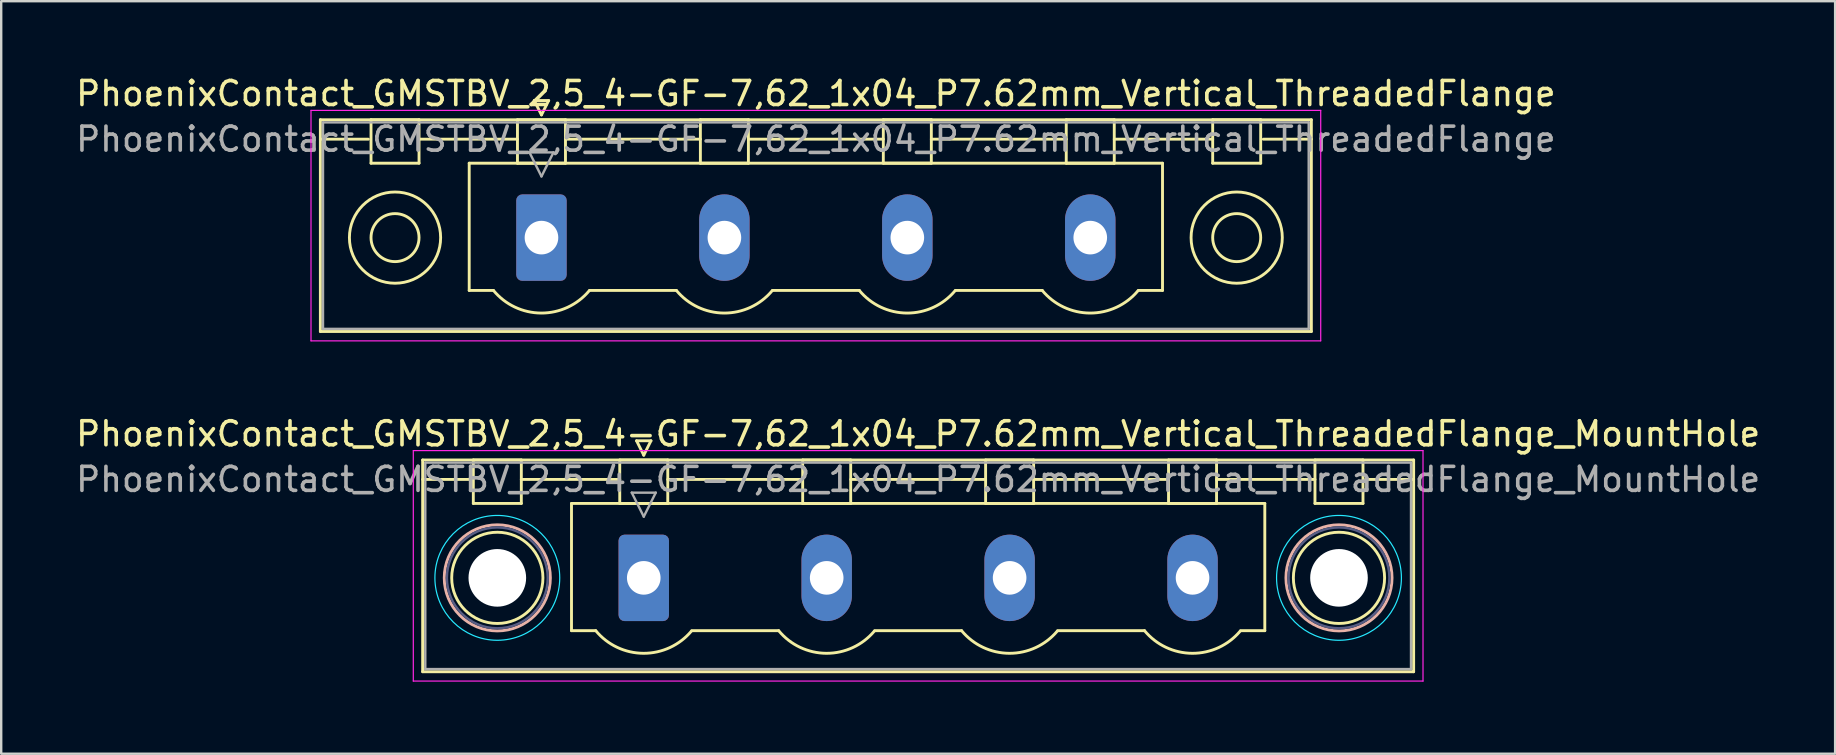
<source format=kicad_pcb>
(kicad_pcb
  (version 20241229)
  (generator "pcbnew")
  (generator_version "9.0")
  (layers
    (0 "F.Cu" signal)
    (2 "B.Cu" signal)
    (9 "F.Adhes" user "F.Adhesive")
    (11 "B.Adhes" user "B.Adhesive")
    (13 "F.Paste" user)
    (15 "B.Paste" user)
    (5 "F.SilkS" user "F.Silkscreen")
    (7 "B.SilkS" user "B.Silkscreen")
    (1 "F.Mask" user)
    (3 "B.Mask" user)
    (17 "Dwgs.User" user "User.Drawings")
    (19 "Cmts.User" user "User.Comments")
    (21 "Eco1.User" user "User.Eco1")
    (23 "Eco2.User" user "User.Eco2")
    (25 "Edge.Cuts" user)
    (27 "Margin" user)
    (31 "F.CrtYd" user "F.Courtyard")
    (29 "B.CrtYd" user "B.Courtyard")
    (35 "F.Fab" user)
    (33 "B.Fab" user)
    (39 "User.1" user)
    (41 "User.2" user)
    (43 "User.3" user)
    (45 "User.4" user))
  (footprint "PhoenixContact_GMSTBV_2,5_4-GF-7,62_1x04_P7.62mm_Vertical_ThreadedFlange_MountHole"
    (layer "F.Cu")
    (at 23.766 21.021)
    (property "Reference" "PhoenixContact_GMSTBV_2,5_4-GF-7,62_1x04_P7.62mm_Vertical_ThreadedFlange_MountHole" (at 11.43 -6 0) (layer "F.SilkS") (effects (font (size 1 1) (thickness 0.15))))
    (attr through_hole)
    (fp_line (start -9.21 -4.91) (end -9.21 3.91) (stroke (width 0.12) (type solid)) (layer "F.SilkS"))
    (fp_line (start -9.21 -4.1) (end -7.21 -4.1) (stroke (width 0.12) (type solid)) (layer "F.SilkS"))
    (fp_line (start -9.21 3.91) (end 32.07 3.91) (stroke (width 0.12) (type solid)) (layer "F.SilkS"))
    (fp_line (start -7.1 -4.91) (end -5.1 -4.91) (stroke (width 0.12) (type solid)) (layer "F.SilkS"))
    (fp_line (start -7.1 -3.1) (end -7.1 -4.91) (stroke (width 0.12) (type solid)) (layer "F.SilkS"))
    (fp_line (start -5.1 -4.91) (end -5.1 -3.1) (stroke (width 0.12) (type solid)) (layer "F.SilkS"))
    (fp_line (start -5.1 -4.1) (end -1 -4.1) (stroke (width 0.12) (type solid)) (layer "F.SilkS"))
    (fp_line (start -5.1 -3.1) (end -7.1 -3.1) (stroke (width 0.12) (type solid)) (layer "F.SilkS"))
    (fp_line (start -3.01 -3.1) (end 25.87 -3.1) (stroke (width 0.12) (type solid)) (layer "F.SilkS"))
    (fp_line (start -3.01 2.2) (end -3.01 -3.1) (stroke (width 0.12) (type solid)) (layer "F.SilkS"))
    (fp_line (start -2 2.2) (end -3.01 2.2) (stroke (width 0.12) (type solid)) (layer "F.SilkS"))
    (fp_line (start -1 -4.91) (end 1 -4.91) (stroke (width 0.12) (type solid)) (layer "F.SilkS"))
    (fp_line (start -1 -3.1) (end -1 -4.91) (stroke (width 0.12) (type solid)) (layer "F.SilkS"))
    (fp_line (start -0.3 -5.71) (end 0.3 -5.71) (stroke (width 0.12) (type solid)) (layer "F.SilkS"))
    (fp_line (start 0 -5.11) (end -0.3 -5.71) (stroke (width 0.12) (type solid)) (layer "F.SilkS"))
    (fp_line (start 0.3 -5.71) (end 0 -5.11) (stroke (width 0.12) (type solid)) (layer "F.SilkS"))
    (fp_line (start 1 -4.91) (end 1 -3.1) (stroke (width 0.12) (type solid)) (layer "F.SilkS"))
    (fp_line (start 1 -4.1) (end 6.62 -4.1) (stroke (width 0.12) (type solid)) (layer "F.SilkS"))
    (fp_line (start 1 -3.1) (end -1 -3.1) (stroke (width 0.12) (type solid)) (layer "F.SilkS"))
    (fp_line (start 2 2.2) (end 5.62 2.2) (stroke (width 0.12) (type solid)) (layer "F.SilkS"))
    (fp_line (start 6.62 -4.91) (end 8.62 -4.91) (stroke (width 0.12) (type solid)) (layer "F.SilkS"))
    (fp_line (start 6.62 -3.1) (end 6.62 -4.91) (stroke (width 0.12) (type solid)) (layer "F.SilkS"))
    (fp_line (start 8.62 -4.91) (end 8.62 -3.1) (stroke (width 0.12) (type solid)) (layer "F.SilkS"))
    (fp_line (start 8.62 -4.1) (end 14.24 -4.1) (stroke (width 0.12) (type solid)) (layer "F.SilkS"))
    (fp_line (start 8.62 -3.1) (end 6.62 -3.1) (stroke (width 0.12) (type solid)) (layer "F.SilkS"))
    (fp_line (start 9.62 2.2) (end 13.24 2.2) (stroke (width 0.12) (type solid)) (layer "F.SilkS"))
    (fp_line (start 14.24 -4.91) (end 16.24 -4.91) (stroke (width 0.12) (type solid)) (layer "F.SilkS"))
    (fp_line (start 14.24 -3.1) (end 14.24 -4.91) (stroke (width 0.12) (type solid)) (layer "F.SilkS"))
    (fp_line (start 16.24 -4.91) (end 16.24 -3.1) (stroke (width 0.12) (type solid)) (layer "F.SilkS"))
    (fp_line (start 16.24 -4.1) (end 21.86 -4.1) (stroke (width 0.12) (type solid)) (layer "F.SilkS"))
    (fp_line (start 16.24 -3.1) (end 14.24 -3.1) (stroke (width 0.12) (type solid)) (layer "F.SilkS"))
    (fp_line (start 17.24 2.2) (end 20.86 2.2) (stroke (width 0.12) (type solid)) (layer "F.SilkS"))
    (fp_line (start 21.86 -4.91) (end 23.86 -4.91) (stroke (width 0.12) (type solid)) (layer "F.SilkS"))
    (fp_line (start 21.86 -3.1) (end 21.86 -4.91) (stroke (width 0.12) (type solid)) (layer "F.SilkS"))
    (fp_line (start 23.86 -4.91) (end 23.86 -3.1) (stroke (width 0.12) (type solid)) (layer "F.SilkS"))
    (fp_line (start 23.86 -4.1) (end 27.96 -4.1) (stroke (width 0.12) (type solid)) (layer "F.SilkS"))
    (fp_line (start 23.86 -3.1) (end 21.86 -3.1) (stroke (width 0.12) (type solid)) (layer "F.SilkS"))
    (fp_line (start 25.87 -3.1) (end 25.87 2.2) (stroke (width 0.12) (type solid)) (layer "F.SilkS"))
    (fp_line (start 25.87 2.2) (end 24.86 2.2) (stroke (width 0.12) (type solid)) (layer "F.SilkS"))
    (fp_line (start 27.96 -4.91) (end 29.96 -4.91) (stroke (width 0.12) (type solid)) (layer "F.SilkS"))
    (fp_line (start 27.96 -3.1) (end 27.96 -4.91) (stroke (width 0.12) (type solid)) (layer "F.SilkS"))
    (fp_line (start 29.96 -4.91) (end 29.96 -3.1) (stroke (width 0.12) (type solid)) (layer "F.SilkS"))
    (fp_line (start 29.96 -3.1) (end 27.96 -3.1) (stroke (width 0.12) (type solid)) (layer "F.SilkS"))
    (fp_line (start 32.07 -4.91) (end -9.21 -4.91) (stroke (width 0.12) (type solid)) (layer "F.SilkS"))
    (fp_line (start 32.07 -4.1) (end 30.07 -4.1) (stroke (width 0.12) (type solid)) (layer "F.SilkS"))
    (fp_line (start 32.07 3.91) (end 32.07 -4.91) (stroke (width 0.12) (type solid)) (layer "F.SilkS"))
    (fp_arc (start 1.986842 2.215821) (mid -0.010289 3.142758) (end -2 2.2) (stroke (width 0.12) (type solid)) (layer "F.SilkS"))
    (fp_arc (start 9.606842 2.215821) (mid 7.609711 3.142758) (end 5.62 2.2) (stroke (width 0.12) (type solid)) (layer "F.SilkS"))
    (fp_arc (start 17.226842 2.215821) (mid 15.229711 3.142758) (end 13.24 2.2) (stroke (width 0.12) (type solid)) (layer "F.SilkS"))
    (fp_arc (start 24.846842 2.215821) (mid 22.849711 3.142758) (end 20.86 2.2) (stroke (width 0.12) (type solid)) (layer "F.SilkS"))
    (fp_circle (center -6.1 0) (end -4.2 0) (stroke (width 0.12) (type solid)) (fill no) (layer "F.SilkS"))
    (fp_circle (center 28.96 0) (end 30.86 0) (stroke (width 0.12) (type solid)) (fill no) (layer "F.SilkS"))
    (fp_circle (center -6.1 0) (end -3.89 0) (stroke (width 0.12) (type solid)) (fill no) (layer "B.SilkS"))
    (fp_circle (center 28.96 0) (end 31.17 0) (stroke (width 0.12) (type solid)) (fill no) (layer "B.SilkS"))
    (fp_circle (center -6.1 0) (end -3.5 0) (stroke (width 0.05) (type solid)) (fill no) (layer "B.CrtYd"))
    (fp_circle (center 28.96 0) (end 31.56 0) (stroke (width 0.05) (type solid)) (fill no) (layer "B.CrtYd"))
    (fp_line (start -9.6 -5.3) (end -9.6 4.3) (stroke (width 0.05) (type solid)) (layer "F.CrtYd"))
    (fp_line (start -9.6 4.3) (end 32.46 4.3) (stroke (width 0.05) (type solid)) (layer "F.CrtYd"))
    (fp_line (start 32.46 -5.3) (end -9.6 -5.3) (stroke (width 0.05) (type solid)) (layer "F.CrtYd"))
    (fp_line (start 32.46 4.3) (end 32.46 -5.3) (stroke (width 0.05) (type solid)) (layer "F.CrtYd"))
    (fp_circle (center -6.1 0) (end -4 0) (stroke (width 0.1) (type solid)) (fill no) (layer "B.Fab"))
    (fp_circle (center 28.96 0) (end 31.06 0) (stroke (width 0.1) (type solid)) (fill no) (layer "B.Fab"))
    (fp_line (start -9.1 -4.8) (end -9.1 3.8) (stroke (width 0.1) (type solid)) (layer "F.Fab"))
    (fp_line (start -9.1 3.8) (end 31.96 3.8) (stroke (width 0.1) (type solid)) (layer "F.Fab"))
    (fp_line (start -0.5 -3.55) (end 0.5 -3.55) (stroke (width 0.1) (type solid)) (layer "F.Fab"))
    (fp_line (start 0 -2.55) (end -0.5 -3.55) (stroke (width 0.1) (type solid)) (layer "F.Fab"))
    (fp_line (start 0.5 -3.55) (end 0 -2.55) (stroke (width 0.1) (type solid)) (layer "F.Fab"))
    (fp_line (start 31.96 -4.8) (end -9.1 -4.8) (stroke (width 0.1) (type solid)) (layer "F.Fab"))
    (fp_line (start 31.96 3.8) (end 31.96 -4.8) (stroke (width 0.1) (type solid)) (layer "F.Fab"))
    (fp_text user "${REFERENCE}" (at 11.43 -4.1 0) (layer "F.Fab") (effects (font (size 1 1) (thickness 0.15))))
    (pad "" np_thru_hole circle (at -6.1 0) (size 2.4 2.4) (drill 2.4) (layers "*.Cu" "*.Mask"))
    (pad "" np_thru_hole circle (at 28.96 0) (size 2.4 2.4) (drill 2.4) (layers "*.Cu" "*.Mask"))
    (pad "1" thru_hole roundrect (at 0 0) (size 2.1 3.6) (drill 1.4) (layers "*.Cu" "*.Mask") (roundrect_rratio 0.119))
    (pad "2" thru_hole oval (at 7.62 0) (size 2.1 3.6) (drill 1.4) (layers "*.Cu" "*.Mask"))
    (pad "3" thru_hole oval (at 15.24 0) (size 2.1 3.6) (drill 1.4) (layers "*.Cu" "*.Mask"))
    (pad "4" thru_hole oval (at 22.86 0) (size 2.1 3.6) (drill 1.4) (layers "*.Cu" "*.Mask")))
  (footprint "PhoenixContact_GMSTBV_2,5_4-GF-7,62_1x04_P7.62mm_Vertical_ThreadedFlange"
    (layer "F.Cu")
    (at 19.505 6.848)
    (property "Reference" "PhoenixContact_GMSTBV_2,5_4-GF-7,62_1x04_P7.62mm_Vertical_ThreadedFlange" (at 11.43 -6 0) (layer "F.SilkS") (effects (font (size 1 1) (thickness 0.15))))
    (attr through_hole)
    (fp_line (start -9.21 -4.91) (end -9.21 3.91) (stroke (width 0.12) (type solid)) (layer "F.SilkS"))
    (fp_line (start -9.21 -4.1) (end -7.21 -4.1) (stroke (width 0.12) (type solid)) (layer "F.SilkS"))
    (fp_line (start -9.21 3.91) (end 32.07 3.91) (stroke (width 0.12) (type solid)) (layer "F.SilkS"))
    (fp_line (start -7.1 -4.91) (end -5.1 -4.91) (stroke (width 0.12) (type solid)) (layer "F.SilkS"))
    (fp_line (start -7.1 -3.1) (end -7.1 -4.91) (stroke (width 0.12) (type solid)) (layer "F.SilkS"))
    (fp_line (start -5.1 -4.91) (end -5.1 -3.1) (stroke (width 0.12) (type solid)) (layer "F.SilkS"))
    (fp_line (start -5.1 -4.1) (end -1 -4.1) (stroke (width 0.12) (type solid)) (layer "F.SilkS"))
    (fp_line (start -5.1 -3.1) (end -7.1 -3.1) (stroke (width 0.12) (type solid)) (layer "F.SilkS"))
    (fp_line (start -3.01 -3.1) (end 25.87 -3.1) (stroke (width 0.12) (type solid)) (layer "F.SilkS"))
    (fp_line (start -3.01 2.2) (end -3.01 -3.1) (stroke (width 0.12) (type solid)) (layer "F.SilkS"))
    (fp_line (start -2 2.2) (end -3.01 2.2) (stroke (width 0.12) (type solid)) (layer "F.SilkS"))
    (fp_line (start -1 -4.91) (end 1 -4.91) (stroke (width 0.12) (type solid)) (layer "F.SilkS"))
    (fp_line (start -1 -3.1) (end -1 -4.91) (stroke (width 0.12) (type solid)) (layer "F.SilkS"))
    (fp_line (start -0.3 -5.71) (end 0.3 -5.71) (stroke (width 0.12) (type solid)) (layer "F.SilkS"))
    (fp_line (start 0 -5.11) (end -0.3 -5.71) (stroke (width 0.12) (type solid)) (layer "F.SilkS"))
    (fp_line (start 0.3 -5.71) (end 0 -5.11) (stroke (width 0.12) (type solid)) (layer "F.SilkS"))
    (fp_line (start 1 -4.91) (end 1 -3.1) (stroke (width 0.12) (type solid)) (layer "F.SilkS"))
    (fp_line (start 1 -4.1) (end 6.62 -4.1) (stroke (width 0.12) (type solid)) (layer "F.SilkS"))
    (fp_line (start 1 -3.1) (end -1 -3.1) (stroke (width 0.12) (type solid)) (layer "F.SilkS"))
    (fp_line (start 2 2.2) (end 5.62 2.2) (stroke (width 0.12) (type solid)) (layer "F.SilkS"))
    (fp_line (start 6.62 -4.91) (end 8.62 -4.91) (stroke (width 0.12) (type solid)) (layer "F.SilkS"))
    (fp_line (start 6.62 -3.1) (end 6.62 -4.91) (stroke (width 0.12) (type solid)) (layer "F.SilkS"))
    (fp_line (start 8.62 -4.91) (end 8.62 -3.1) (stroke (width 0.12) (type solid)) (layer "F.SilkS"))
    (fp_line (start 8.62 -4.1) (end 14.24 -4.1) (stroke (width 0.12) (type solid)) (layer "F.SilkS"))
    (fp_line (start 8.62 -3.1) (end 6.62 -3.1) (stroke (width 0.12) (type solid)) (layer "F.SilkS"))
    (fp_line (start 9.62 2.2) (end 13.24 2.2) (stroke (width 0.12) (type solid)) (layer "F.SilkS"))
    (fp_line (start 14.24 -4.91) (end 16.24 -4.91) (stroke (width 0.12) (type solid)) (layer "F.SilkS"))
    (fp_line (start 14.24 -3.1) (end 14.24 -4.91) (stroke (width 0.12) (type solid)) (layer "F.SilkS"))
    (fp_line (start 16.24 -4.91) (end 16.24 -3.1) (stroke (width 0.12) (type solid)) (layer "F.SilkS"))
    (fp_line (start 16.24 -4.1) (end 21.86 -4.1) (stroke (width 0.12) (type solid)) (layer "F.SilkS"))
    (fp_line (start 16.24 -3.1) (end 14.24 -3.1) (stroke (width 0.12) (type solid)) (layer "F.SilkS"))
    (fp_line (start 17.24 2.2) (end 20.86 2.2) (stroke (width 0.12) (type solid)) (layer "F.SilkS"))
    (fp_line (start 21.86 -4.91) (end 23.86 -4.91) (stroke (width 0.12) (type solid)) (layer "F.SilkS"))
    (fp_line (start 21.86 -3.1) (end 21.86 -4.91) (stroke (width 0.12) (type solid)) (layer "F.SilkS"))
    (fp_line (start 23.86 -4.91) (end 23.86 -3.1) (stroke (width 0.12) (type solid)) (layer "F.SilkS"))
    (fp_line (start 23.86 -4.1) (end 27.96 -4.1) (stroke (width 0.12) (type solid)) (layer "F.SilkS"))
    (fp_line (start 23.86 -3.1) (end 21.86 -3.1) (stroke (width 0.12) (type solid)) (layer "F.SilkS"))
    (fp_line (start 25.87 -3.1) (end 25.87 2.2) (stroke (width 0.12) (type solid)) (layer "F.SilkS"))
    (fp_line (start 25.87 2.2) (end 24.86 2.2) (stroke (width 0.12) (type solid)) (layer "F.SilkS"))
    (fp_line (start 27.96 -4.91) (end 29.96 -4.91) (stroke (width 0.12) (type solid)) (layer "F.SilkS"))
    (fp_line (start 27.96 -3.1) (end 27.96 -4.91) (stroke (width 0.12) (type solid)) (layer "F.SilkS"))
    (fp_line (start 29.96 -4.91) (end 29.96 -3.1) (stroke (width 0.12) (type solid)) (layer "F.SilkS"))
    (fp_line (start 29.96 -3.1) (end 27.96 -3.1) (stroke (width 0.12) (type solid)) (layer "F.SilkS"))
    (fp_line (start 32.07 -4.91) (end -9.21 -4.91) (stroke (width 0.12) (type solid)) (layer "F.SilkS"))
    (fp_line (start 32.07 -4.1) (end 30.07 -4.1) (stroke (width 0.12) (type solid)) (layer "F.SilkS"))
    (fp_line (start 32.07 3.91) (end 32.07 -4.91) (stroke (width 0.12) (type solid)) (layer "F.SilkS"))
    (fp_arc (start 1.986842 2.215821) (mid -0.010289 3.142758) (end -2 2.2) (stroke (width 0.12) (type solid)) (layer "F.SilkS"))
    (fp_arc (start 9.606842 2.215821) (mid 7.609711 3.142758) (end 5.62 2.2) (stroke (width 0.12) (type solid)) (layer "F.SilkS"))
    (fp_arc (start 17.226842 2.215821) (mid 15.229711 3.142758) (end 13.24 2.2) (stroke (width 0.12) (type solid)) (layer "F.SilkS"))
    (fp_arc (start 24.846842 2.215821) (mid 22.849711 3.142758) (end 20.86 2.2) (stroke (width 0.12) (type solid)) (layer "F.SilkS"))
    (fp_circle (center -6.1 0) (end -5.1 0) (stroke (width 0.12) (type solid)) (fill no) (layer "F.SilkS"))
    (fp_circle (center -6.1 0) (end -4.2 0) (stroke (width 0.12) (type solid)) (fill no) (layer "F.SilkS"))
    (fp_circle (center 28.96 0) (end 29.96 0) (stroke (width 0.12) (type solid)) (fill no) (layer "F.SilkS"))
    (fp_circle (center 28.96 0) (end 30.86 0) (stroke (width 0.12) (type solid)) (fill no) (layer "F.SilkS"))
    (fp_line (start -9.6 -5.3) (end -9.6 4.3) (stroke (width 0.05) (type solid)) (layer "F.CrtYd"))
    (fp_line (start -9.6 4.3) (end 32.46 4.3) (stroke (width 0.05) (type solid)) (layer "F.CrtYd"))
    (fp_line (start 32.46 -5.3) (end -9.6 -5.3) (stroke (width 0.05) (type solid)) (layer "F.CrtYd"))
    (fp_line (start 32.46 4.3) (end 32.46 -5.3) (stroke (width 0.05) (type solid)) (layer "F.CrtYd"))
    (fp_line (start -9.1 -4.8) (end -9.1 3.8) (stroke (width 0.1) (type solid)) (layer "F.Fab"))
    (fp_line (start -9.1 3.8) (end 31.96 3.8) (stroke (width 0.1) (type solid)) (layer "F.Fab"))
    (fp_line (start -0.5 -3.55) (end 0.5 -3.55) (stroke (width 0.1) (type solid)) (layer "F.Fab"))
    (fp_line (start 0 -2.55) (end -0.5 -3.55) (stroke (width 0.1) (type solid)) (layer "F.Fab"))
    (fp_line (start 0.5 -3.55) (end 0 -2.55) (stroke (width 0.1) (type solid)) (layer "F.Fab"))
    (fp_line (start 31.96 -4.8) (end -9.1 -4.8) (stroke (width 0.1) (type solid)) (layer "F.Fab"))
    (fp_line (start 31.96 3.8) (end 31.96 -4.8) (stroke (width 0.1) (type solid)) (layer "F.Fab"))
    (fp_text user "${REFERENCE}" (at 11.43 -4.1 0) (layer "F.Fab") (effects (font (size 1 1) (thickness 0.15))))
    (pad "1" thru_hole roundrect (at 0 0) (size 2.1 3.6) (drill 1.4) (layers "*.Cu" "*.Mask") (roundrect_rratio 0.119))
    (pad "2" thru_hole oval (at 7.62 0) (size 2.1 3.6) (drill 1.4) (layers "*.Cu" "*.Mask"))
    (pad "3" thru_hole oval (at 15.24 0) (size 2.1 3.6) (drill 1.4) (layers "*.Cu" "*.Mask"))
    (pad "4" thru_hole oval (at 22.86 0) (size 2.1 3.6) (drill 1.4) (layers "*.Cu" "*.Mask")))
  (gr_rect
    (start -3 -3)
    (end 73.393 28.346)
    (stroke (width 0.1) (type default))
    (fill no)
    (layer "Edge.Cuts")))
</source>
